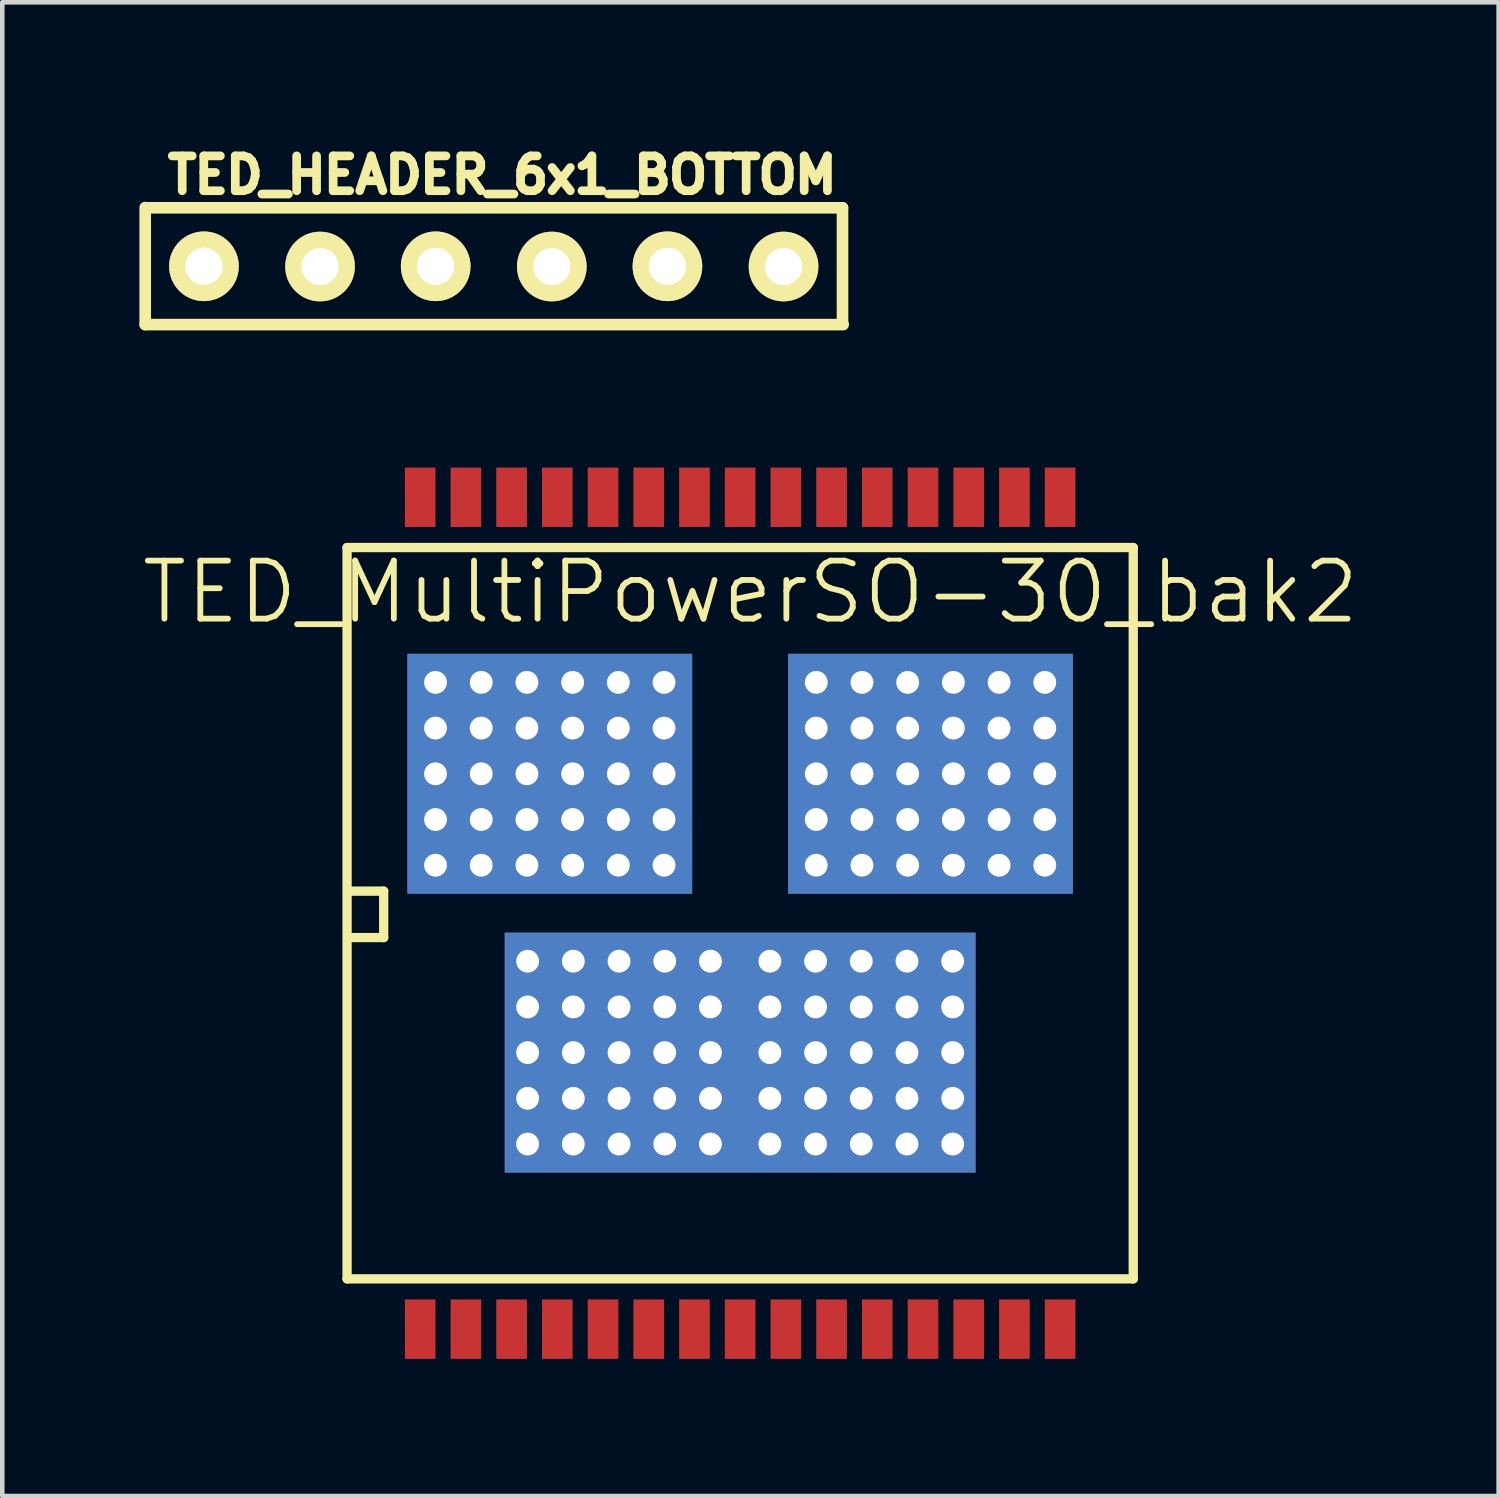
<source format=kicad_pcb>
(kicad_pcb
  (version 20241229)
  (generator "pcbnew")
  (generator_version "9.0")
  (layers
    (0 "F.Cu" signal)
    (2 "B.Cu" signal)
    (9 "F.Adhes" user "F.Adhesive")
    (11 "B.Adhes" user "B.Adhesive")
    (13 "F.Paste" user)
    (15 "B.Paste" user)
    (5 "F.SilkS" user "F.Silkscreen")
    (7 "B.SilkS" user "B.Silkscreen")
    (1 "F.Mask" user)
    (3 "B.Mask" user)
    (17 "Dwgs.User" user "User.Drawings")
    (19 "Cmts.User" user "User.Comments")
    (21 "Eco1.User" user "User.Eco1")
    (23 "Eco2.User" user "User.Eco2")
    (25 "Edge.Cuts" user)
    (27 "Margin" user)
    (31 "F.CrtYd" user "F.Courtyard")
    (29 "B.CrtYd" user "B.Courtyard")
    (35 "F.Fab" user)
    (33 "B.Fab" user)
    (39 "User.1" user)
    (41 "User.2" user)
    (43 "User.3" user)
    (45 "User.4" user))
  (footprint "TED_MultiPowerSO-30_bak2"
    (layer "F.Cu")
    (at 13.143 16.929)
    (property "Reference" "TED_MultiPowerSO-30_bak2" (at 0.225 -7.025 0) (layer "F.SilkS") (effects (font (size 1.27 1.27) (thickness 0.127))))
    (attr smd)
    (fp_line (start -8.6 -8) (end 8.6 -8) (stroke (width 0.203) (type solid)) (layer "F.SilkS"))
    (fp_line (start -8.6 8) (end -8.6 -8) (stroke (width 0.203) (type solid)) (layer "F.SilkS"))
    (fp_line (start -8.561 -0.483) (end -7.799 -0.483) (stroke (width 0.203) (type solid)) (layer "F.SilkS"))
    (fp_line (start -7.799 -0.483) (end -7.799 0.533) (stroke (width 0.203) (type solid)) (layer "F.SilkS"))
    (fp_line (start -7.799 0.533) (end -8.561 0.533) (stroke (width 0.203) (type solid)) (layer "F.SilkS"))
    (fp_line (start 8.6 -8) (end 8.6 8) (stroke (width 0.203) (type solid)) (layer "F.SilkS"))
    (fp_line (start 8.6 8) (end -8.6 8) (stroke (width 0.203) (type solid)) (layer "F.SilkS"))
    (pad "1" smd rect (at -7 9.1) (size 0.67 1.3) (layers "F.Cu" "F.Mask" "F.Paste"))
    (pad "2" smd rect (at -6 9.1) (size 0.67 1.3) (layers "F.Cu" "F.Mask" "F.Paste"))
    (pad "3" smd rect (at -5 9.1) (size 0.67 1.3) (layers "F.Cu" "F.Mask" "F.Paste"))
    (pad "4" smd rect (at -4 9.1) (size 0.67 1.3) (layers "F.Cu" "F.Mask" "F.Paste"))
    (pad "5" smd rect (at -3 9.1) (size 0.67 1.3) (layers "F.Cu" "F.Mask" "F.Paste"))
    (pad "6" smd rect (at -2 9.1) (size 0.67 1.3) (layers "F.Cu" "F.Mask" "F.Paste"))
    (pad "7" smd rect (at -1 9.1) (size 0.67 1.3) (layers "F.Cu" "F.Mask" "F.Paste"))
    (pad "8" smd rect (at 0 9.1) (size 0.67 1.3) (layers "F.Cu" "F.Mask" "F.Paste"))
    (pad "9" smd rect (at 1 9.1) (size 0.67 1.3) (layers "F.Cu" "F.Mask" "F.Paste"))
    (pad "10" smd rect (at 2 9.1) (size 0.67 1.3) (layers "F.Cu" "F.Mask" "F.Paste"))
    (pad "11" smd rect (at 3 9.1) (size 0.67 1.3) (layers "F.Cu" "F.Mask" "F.Paste"))
    (pad "12" smd rect (at 4 9.1) (size 0.67 1.3) (layers "F.Cu" "F.Mask" "F.Paste"))
    (pad "13" smd rect (at 5 9.1) (size 0.67 1.3) (layers "F.Cu" "F.Mask" "F.Paste"))
    (pad "14" smd rect (at 6 9.1) (size 0.67 1.3) (layers "F.Cu" "F.Mask" "F.Paste"))
    (pad "15" smd rect (at 7 9.1) (size 0.67 1.3) (layers "F.Cu" "F.Mask" "F.Paste"))
    (pad "16" smd rect (at 7 -9.1) (size 0.67 1.3) (layers "F.Cu" "F.Mask" "F.Paste"))
    (pad "17" smd rect (at 6 -9.1) (size 0.67 1.3) (layers "F.Cu" "F.Mask" "F.Paste"))
    (pad "18" smd rect (at 5 -9.1) (size 0.67 1.3) (layers "F.Cu" "F.Mask" "F.Paste"))
    (pad "19" smd rect (at 4 -9.1) (size 0.67 1.3) (layers "F.Cu" "F.Mask" "F.Paste"))
    (pad "20" smd rect (at 3 -9.1) (size 0.67 1.3) (layers "F.Cu" "F.Mask" "F.Paste"))
    (pad "21" smd rect (at 2 -9.1) (size 0.67 1.3) (layers "F.Cu" "F.Mask" "F.Paste"))
    (pad "22" smd rect (at 1 -9.1) (size 0.67 1.3) (layers "F.Cu" "F.Mask" "F.Paste"))
    (pad "23" smd rect (at 0 -9.1) (size 0.67 1.3) (layers "F.Cu" "F.Mask" "F.Paste"))
    (pad "24" smd rect (at -1 -9.1) (size 0.67 1.3) (layers "F.Cu" "F.Mask" "F.Paste"))
    (pad "25" smd rect (at -2 -9.1) (size 0.67 1.3) (layers "F.Cu" "F.Mask" "F.Paste"))
    (pad "26" smd rect (at -3 -9.1) (size 0.67 1.3) (layers "F.Cu" "F.Mask" "F.Paste"))
    (pad "27" smd rect (at -4 -9.1) (size 0.67 1.3) (layers "F.Cu" "F.Mask" "F.Paste"))
    (pad "28" smd rect (at -5 -9.1) (size 0.67 1.3) (layers "F.Cu" "F.Mask" "F.Paste"))
    (pad "29" smd rect (at -6 -9.1) (size 0.67 1.3) (layers "F.Cu" "F.Mask" "F.Paste"))
    (pad "30" smd rect (at -7 -9.1) (size 0.67 1.3) (layers "F.Cu" "F.Mask" "F.Paste"))
    (pad "31" thru_hole circle (at -4.65 1.05) (size 0.5 0.5) (drill 0.5) (layers "*.Cu"))
    (pad "31" thru_hole circle (at -4.65 2.05) (size 0.5 0.5) (drill 0.5) (layers "*.Cu"))
    (pad "31" thru_hole circle (at -4.65 3.05) (size 0.5 0.5) (drill 0.5) (layers "*.Cu"))
    (pad "31" thru_hole circle (at -4.65 4.05) (size 0.5 0.5) (drill 0.5) (layers "*.Cu"))
    (pad "31" thru_hole circle (at -4.65 5.05) (size 0.5 0.5) (drill 0.5) (layers "*.Cu"))
    (pad "31" thru_hole circle (at -3.65 1.05) (size 0.5 0.5) (drill 0.5) (layers "*.Cu"))
    (pad "31" thru_hole circle (at -3.65 2.05) (size 0.5 0.5) (drill 0.5) (layers "*.Cu"))
    (pad "31" thru_hole circle (at -3.65 3.05) (size 0.5 0.5) (drill 0.5) (layers "*.Cu"))
    (pad "31" thru_hole circle (at -3.65 4.05) (size 0.5 0.5) (drill 0.5) (layers "*.Cu"))
    (pad "31" thru_hole circle (at -3.65 5.05) (size 0.5 0.5) (drill 0.5) (layers "*.Cu"))
    (pad "31" thru_hole circle (at -2.65 1.05) (size 0.5 0.5) (drill 0.5) (layers "*.Cu"))
    (pad "31" thru_hole circle (at -2.65 2.05) (size 0.5 0.5) (drill 0.5) (layers "*.Cu"))
    (pad "31" thru_hole circle (at -2.65 3.05) (size 0.5 0.5) (drill 0.5) (layers "*.Cu"))
    (pad "31" thru_hole circle (at -2.65 4.05) (size 0.5 0.5) (drill 0.5) (layers "*.Cu"))
    (pad "31" thru_hole circle (at -2.65 5.05) (size 0.5 0.5) (drill 0.5) (layers "*.Cu"))
    (pad "31" thru_hole circle (at -1.65 1.05) (size 0.5 0.5) (drill 0.5) (layers "*.Cu"))
    (pad "31" thru_hole circle (at -1.65 2.05) (size 0.5 0.5) (drill 0.5) (layers "*.Cu"))
    (pad "31" thru_hole circle (at -1.65 3.05) (size 0.5 0.5) (drill 0.5) (layers "*.Cu"))
    (pad "31" thru_hole circle (at -1.65 4.05) (size 0.5 0.5) (drill 0.5) (layers "*.Cu"))
    (pad "31" thru_hole circle (at -1.65 5.05) (size 0.5 0.5) (drill 0.5) (layers "*.Cu"))
    (pad "31" thru_hole circle (at -0.65 1.05) (size 0.5 0.5) (drill 0.5) (layers "*.Cu"))
    (pad "31" thru_hole circle (at -0.65 2.05) (size 0.5 0.5) (drill 0.5) (layers "*.Cu"))
    (pad "31" thru_hole circle (at -0.65 3.05) (size 0.5 0.5) (drill 0.5) (layers "*.Cu"))
    (pad "31" thru_hole circle (at -0.65 4.05) (size 0.5 0.5) (drill 0.5) (layers "*.Cu"))
    (pad "31" thru_hole circle (at -0.65 5.05) (size 0.5 0.5) (drill 0.5) (layers "*.Cu"))
    (pad "31" smd rect (at 0 3.05) (size 10.3 5.25) (layers "F.Cu" "F.Mask" "F.Paste"))
    (pad "31" smd rect (at 0 3.05) (size 10.3 5.25) (layers "F.Mask" "B.Cu" "F.Paste"))
    (pad "31" thru_hole circle (at 0.65 1.05) (size 0.5 0.5) (drill 0.5) (layers "*.Cu"))
    (pad "31" thru_hole circle (at 0.65 2.05) (size 0.5 0.5) (drill 0.5) (layers "*.Cu"))
    (pad "31" thru_hole circle (at 0.65 3.05) (size 0.5 0.5) (drill 0.5) (layers "*.Cu"))
    (pad "31" thru_hole circle (at 0.65 4.05) (size 0.5 0.5) (drill 0.5) (layers "*.Cu"))
    (pad "31" thru_hole circle (at 0.65 5.05) (size 0.5 0.5) (drill 0.5) (layers "*.Cu"))
    (pad "31" thru_hole circle (at 1.65 1.05) (size 0.5 0.5) (drill 0.5) (layers "*.Cu"))
    (pad "31" thru_hole circle (at 1.65 2.05) (size 0.5 0.5) (drill 0.5) (layers "*.Cu"))
    (pad "31" thru_hole circle (at 1.65 3.05) (size 0.5 0.5) (drill 0.5) (layers "*.Cu"))
    (pad "31" thru_hole circle (at 1.65 4.05) (size 0.5 0.5) (drill 0.5) (layers "*.Cu"))
    (pad "31" thru_hole circle (at 1.65 5.05) (size 0.5 0.5) (drill 0.5) (layers "*.Cu"))
    (pad "31" thru_hole circle (at 2.65 1.05) (size 0.5 0.5) (drill 0.5) (layers "*.Cu"))
    (pad "31" thru_hole circle (at 2.65 2.05) (size 0.5 0.5) (drill 0.5) (layers "*.Cu"))
    (pad "31" thru_hole circle (at 2.65 3.05) (size 0.5 0.5) (drill 0.5) (layers "*.Cu"))
    (pad "31" thru_hole circle (at 2.65 4.05) (size 0.5 0.5) (drill 0.5) (layers "*.Cu"))
    (pad "31" thru_hole circle (at 2.65 5.05) (size 0.5 0.5) (drill 0.5) (layers "*.Cu"))
    (pad "31" thru_hole circle (at 3.65 1.05) (size 0.5 0.5) (drill 0.5) (layers "*.Cu"))
    (pad "31" thru_hole circle (at 3.65 2.05) (size 0.5 0.5) (drill 0.5) (layers "*.Cu"))
    (pad "31" thru_hole circle (at 3.65 3.05) (size 0.5 0.5) (drill 0.5) (layers "*.Cu"))
    (pad "31" thru_hole circle (at 3.65 4.05) (size 0.5 0.5) (drill 0.5) (layers "*.Cu"))
    (pad "31" thru_hole circle (at 3.65 5.05) (size 0.5 0.5) (drill 0.5) (layers "*.Cu"))
    (pad "31" thru_hole circle (at 4.65 1.05) (size 0.5 0.5) (drill 0.5) (layers "*.Cu"))
    (pad "31" thru_hole circle (at 4.65 2.05) (size 0.5 0.5) (drill 0.5) (layers "*.Cu"))
    (pad "31" thru_hole circle (at 4.65 3.05) (size 0.5 0.5) (drill 0.5) (layers "*.Cu"))
    (pad "31" thru_hole circle (at 4.65 4.05) (size 0.5 0.5) (drill 0.5) (layers "*.Cu"))
    (pad "31" thru_hole circle (at 4.65 5.05) (size 0.5 0.5) (drill 0.5) (layers "*.Cu"))
    (pad "32" thru_hole circle (at 1.665 -5.05) (size 0.5 0.5) (drill 0.5) (layers "*.Cu"))
    (pad "32" thru_hole circle (at 1.665 -4.05) (size 0.5 0.5) (drill 0.5) (layers "*.Cu"))
    (pad "32" thru_hole circle (at 1.665 -3.05) (size 0.5 0.5) (drill 0.5) (layers "*.Cu"))
    (pad "32" thru_hole circle (at 1.665 -2.05) (size 0.5 0.5) (drill 0.5) (layers "*.Cu"))
    (pad "32" thru_hole circle (at 1.665 -1.05) (size 0.5 0.5) (drill 0.5) (layers "*.Cu"))
    (pad "32" thru_hole circle (at 2.665 -5.05) (size 0.5 0.5) (drill 0.5) (layers "*.Cu"))
    (pad "32" thru_hole circle (at 2.665 -4.05) (size 0.5 0.5) (drill 0.5) (layers "*.Cu"))
    (pad "32" thru_hole circle (at 2.665 -3.05) (size 0.5 0.5) (drill 0.5) (layers "*.Cu"))
    (pad "32" thru_hole circle (at 2.665 -2.05) (size 0.5 0.5) (drill 0.5) (layers "*.Cu"))
    (pad "32" thru_hole circle (at 2.665 -1.05) (size 0.5 0.5) (drill 0.5) (layers "*.Cu"))
    (pad "32" thru_hole circle (at 3.665 -5.05) (size 0.5 0.5) (drill 0.5) (layers "*.Cu"))
    (pad "32" thru_hole circle (at 3.665 -4.05) (size 0.5 0.5) (drill 0.5) (layers "*.Cu"))
    (pad "32" thru_hole circle (at 3.665 -3.05) (size 0.5 0.5) (drill 0.5) (layers "*.Cu"))
    (pad "32" thru_hole circle (at 3.665 -2.05) (size 0.5 0.5) (drill 0.5) (layers "*.Cu"))
    (pad "32" thru_hole circle (at 3.665 -1.05) (size 0.5 0.5) (drill 0.5) (layers "*.Cu"))
    (pad "32" smd rect (at 4.165 -3.05) (size 6.23 5.25) (layers "F.Cu" "F.Mask" "F.Paste"))
    (pad "32" smd rect (at 4.165 -3.05) (size 6.23 5.25) (layers "F.Mask" "B.Cu" "F.Paste"))
    (pad "32" thru_hole circle (at 4.665 -5.05) (size 0.5 0.5) (drill 0.5) (layers "*.Cu"))
    (pad "32" thru_hole circle (at 4.665 -4.05) (size 0.5 0.5) (drill 0.5) (layers "*.Cu"))
    (pad "32" thru_hole circle (at 4.665 -3.05) (size 0.5 0.5) (drill 0.5) (layers "*.Cu"))
    (pad "32" thru_hole circle (at 4.665 -2.05) (size 0.5 0.5) (drill 0.5) (layers "*.Cu"))
    (pad "32" thru_hole circle (at 4.665 -1.05) (size 0.5 0.5) (drill 0.5) (layers "*.Cu"))
    (pad "32" thru_hole circle (at 5.665 -5.05) (size 0.5 0.5) (drill 0.5) (layers "*.Cu"))
    (pad "32" thru_hole circle (at 5.665 -4.05) (size 0.5 0.5) (drill 0.5) (layers "*.Cu"))
    (pad "32" thru_hole circle (at 5.665 -3.05) (size 0.5 0.5) (drill 0.5) (layers "*.Cu"))
    (pad "32" thru_hole circle (at 5.665 -2.05) (size 0.5 0.5) (drill 0.5) (layers "*.Cu"))
    (pad "32" thru_hole circle (at 5.665 -1.05) (size 0.5 0.5) (drill 0.5) (layers "*.Cu"))
    (pad "32" thru_hole circle (at 6.665 -5.05) (size 0.5 0.5) (drill 0.5) (layers "*.Cu"))
    (pad "32" thru_hole circle (at 6.665 -4.05) (size 0.5 0.5) (drill 0.5) (layers "*.Cu"))
    (pad "32" thru_hole circle (at 6.665 -3.05) (size 0.5 0.5) (drill 0.5) (layers "*.Cu"))
    (pad "32" thru_hole circle (at 6.665 -2.05) (size 0.5 0.5) (drill 0.5) (layers "*.Cu"))
    (pad "32" thru_hole circle (at 6.665 -1.05) (size 0.5 0.5) (drill 0.5) (layers "*.Cu"))
    (pad "33" thru_hole circle (at -6.665 -5.05) (size 0.5 0.5) (drill 0.5) (layers "*.Cu"))
    (pad "33" thru_hole circle (at -6.665 -4.05) (size 0.5 0.5) (drill 0.5) (layers "*.Cu"))
    (pad "33" thru_hole circle (at -6.665 -3.05) (size 0.5 0.5) (drill 0.5) (layers "*.Cu"))
    (pad "33" thru_hole circle (at -6.665 -2.05) (size 0.5 0.5) (drill 0.5) (layers "*.Cu"))
    (pad "33" thru_hole circle (at -6.665 -1.05) (size 0.5 0.5) (drill 0.5) (layers "*.Cu"))
    (pad "33" thru_hole circle (at -5.665 -5.05) (size 0.5 0.5) (drill 0.5) (layers "*.Cu"))
    (pad "33" thru_hole circle (at -5.665 -4.05) (size 0.5 0.5) (drill 0.5) (layers "*.Cu"))
    (pad "33" thru_hole circle (at -5.665 -3.05) (size 0.5 0.5) (drill 0.5) (layers "*.Cu"))
    (pad "33" thru_hole circle (at -5.665 -2.05) (size 0.5 0.5) (drill 0.5) (layers "*.Cu"))
    (pad "33" thru_hole circle (at -5.665 -1.05) (size 0.5 0.5) (drill 0.5) (layers "*.Cu"))
    (pad "33" thru_hole circle (at -4.665 -5.05) (size 0.5 0.5) (drill 0.5) (layers "*.Cu"))
    (pad "33" thru_hole circle (at -4.665 -4.05) (size 0.5 0.5) (drill 0.5) (layers "*.Cu"))
    (pad "33" thru_hole circle (at -4.665 -3.05) (size 0.5 0.5) (drill 0.5) (layers "*.Cu"))
    (pad "33" thru_hole circle (at -4.665 -2.05) (size 0.5 0.5) (drill 0.5) (layers "*.Cu"))
    (pad "33" thru_hole circle (at -4.665 -1.05) (size 0.5 0.5) (drill 0.5) (layers "*.Cu"))
    (pad "33" smd rect (at -4.165 -3.05) (size 6.23 5.25) (layers "F.Cu" "F.Mask" "F.Paste"))
    (pad "33" smd rect (at -4.165 -3.05) (size 6.23 5.25) (layers "F.Mask" "B.Cu" "F.Paste"))
    (pad "33" thru_hole circle (at -3.665 -5.05) (size 0.5 0.5) (drill 0.5) (layers "*.Cu"))
    (pad "33" thru_hole circle (at -3.665 -4.05) (size 0.5 0.5) (drill 0.5) (layers "*.Cu"))
    (pad "33" thru_hole circle (at -3.665 -3.05) (size 0.5 0.5) (drill 0.5) (layers "*.Cu"))
    (pad "33" thru_hole circle (at -3.665 -2.05) (size 0.5 0.5) (drill 0.5) (layers "*.Cu"))
    (pad "33" thru_hole circle (at -3.665 -1.05) (size 0.5 0.5) (drill 0.5) (layers "*.Cu"))
    (pad "33" thru_hole circle (at -2.665 -5.05) (size 0.5 0.5) (drill 0.5) (layers "*.Cu"))
    (pad "33" thru_hole circle (at -2.665 -4.05) (size 0.5 0.5) (drill 0.5) (layers "*.Cu"))
    (pad "33" thru_hole circle (at -2.665 -3.05) (size 0.5 0.5) (drill 0.5) (layers "*.Cu"))
    (pad "33" thru_hole circle (at -2.665 -2.05) (size 0.5 0.5) (drill 0.5) (layers "*.Cu"))
    (pad "33" thru_hole circle (at -2.665 -1.05) (size 0.5 0.5) (drill 0.5) (layers "*.Cu"))
    (pad "33" thru_hole circle (at -1.665 -5.05) (size 0.5 0.5) (drill 0.5) (layers "*.Cu"))
    (pad "33" thru_hole circle (at -1.665 -4.05) (size 0.5 0.5) (drill 0.5) (layers "*.Cu"))
    (pad "33" thru_hole circle (at -1.665 -3.05) (size 0.5 0.5) (drill 0.5) (layers "*.Cu"))
    (pad "33" thru_hole circle (at -1.665 -2.05) (size 0.5 0.5) (drill 0.5) (layers "*.Cu"))
    (pad "33" thru_hole circle (at -1.665 -1.05) (size 0.5 0.5) (drill 0.5) (layers "*.Cu")))
  (footprint "TED_HEADER_6x1_BOTTOM"
    (layer "F.Cu")
    (at 7.762 2.766)
    (property "Reference" "TED_HEADER_6x1_BOTTOM" (at 0.178 -1.986 0) (layer "F.SilkS") (effects (font (size 0.762 0.762) (thickness 0.191))))
    (attr through_hole)
    (fp_line (start -7.635 1.285) (end -7.635 -1.275) (stroke (width 0.254) (type solid)) (layer "F.SilkS"))
    (fp_line (start 7.62 -1.27) (end -7.62 -1.27) (stroke (width 0.254) (type solid)) (layer "F.SilkS"))
    (fp_line (start 7.62 -1.27) (end 7.62 1.27) (stroke (width 0.254) (type solid)) (layer "F.SilkS"))
    (fp_line (start 7.635 1.285) (end -7.635 1.285) (stroke (width 0.254) (type solid)) (layer "F.SilkS"))
    (pad "1" thru_hole circle (at -6.35 0.01) (size 1.524 1.524) (drill 0.813) (layers "*.Mask" "F.Cu" "F.SilkS"))
    (pad "2" thru_hole circle (at -3.81 0.015) (size 1.524 1.524) (drill 0.813) (layers "*.Mask" "F.Cu" "F.SilkS"))
    (pad "3" thru_hole circle (at -1.28 0.01) (size 1.524 1.524) (drill 0.813) (layers "*.Mask" "F.Cu" "F.SilkS"))
    (pad "4" thru_hole circle (at 1.26 0.015) (size 1.524 1.524) (drill 0.813) (layers "*.Mask" "F.Cu" "F.SilkS"))
    (pad "5" thru_hole circle (at 3.79 0.01) (size 1.524 1.524) (drill 0.813) (layers "*.Mask" "F.Cu" "F.SilkS"))
    (pad "6" thru_hole circle (at 6.33 0.015) (size 1.524 1.524) (drill 0.813) (layers "*.Mask" "F.Cu" "F.SilkS")))
  (gr_rect
    (start -3 -3)
    (end 29.737 29.679)
    (stroke (width 0.1) (type default))
    (fill no)
    (layer "Edge.Cuts")))
</source>
